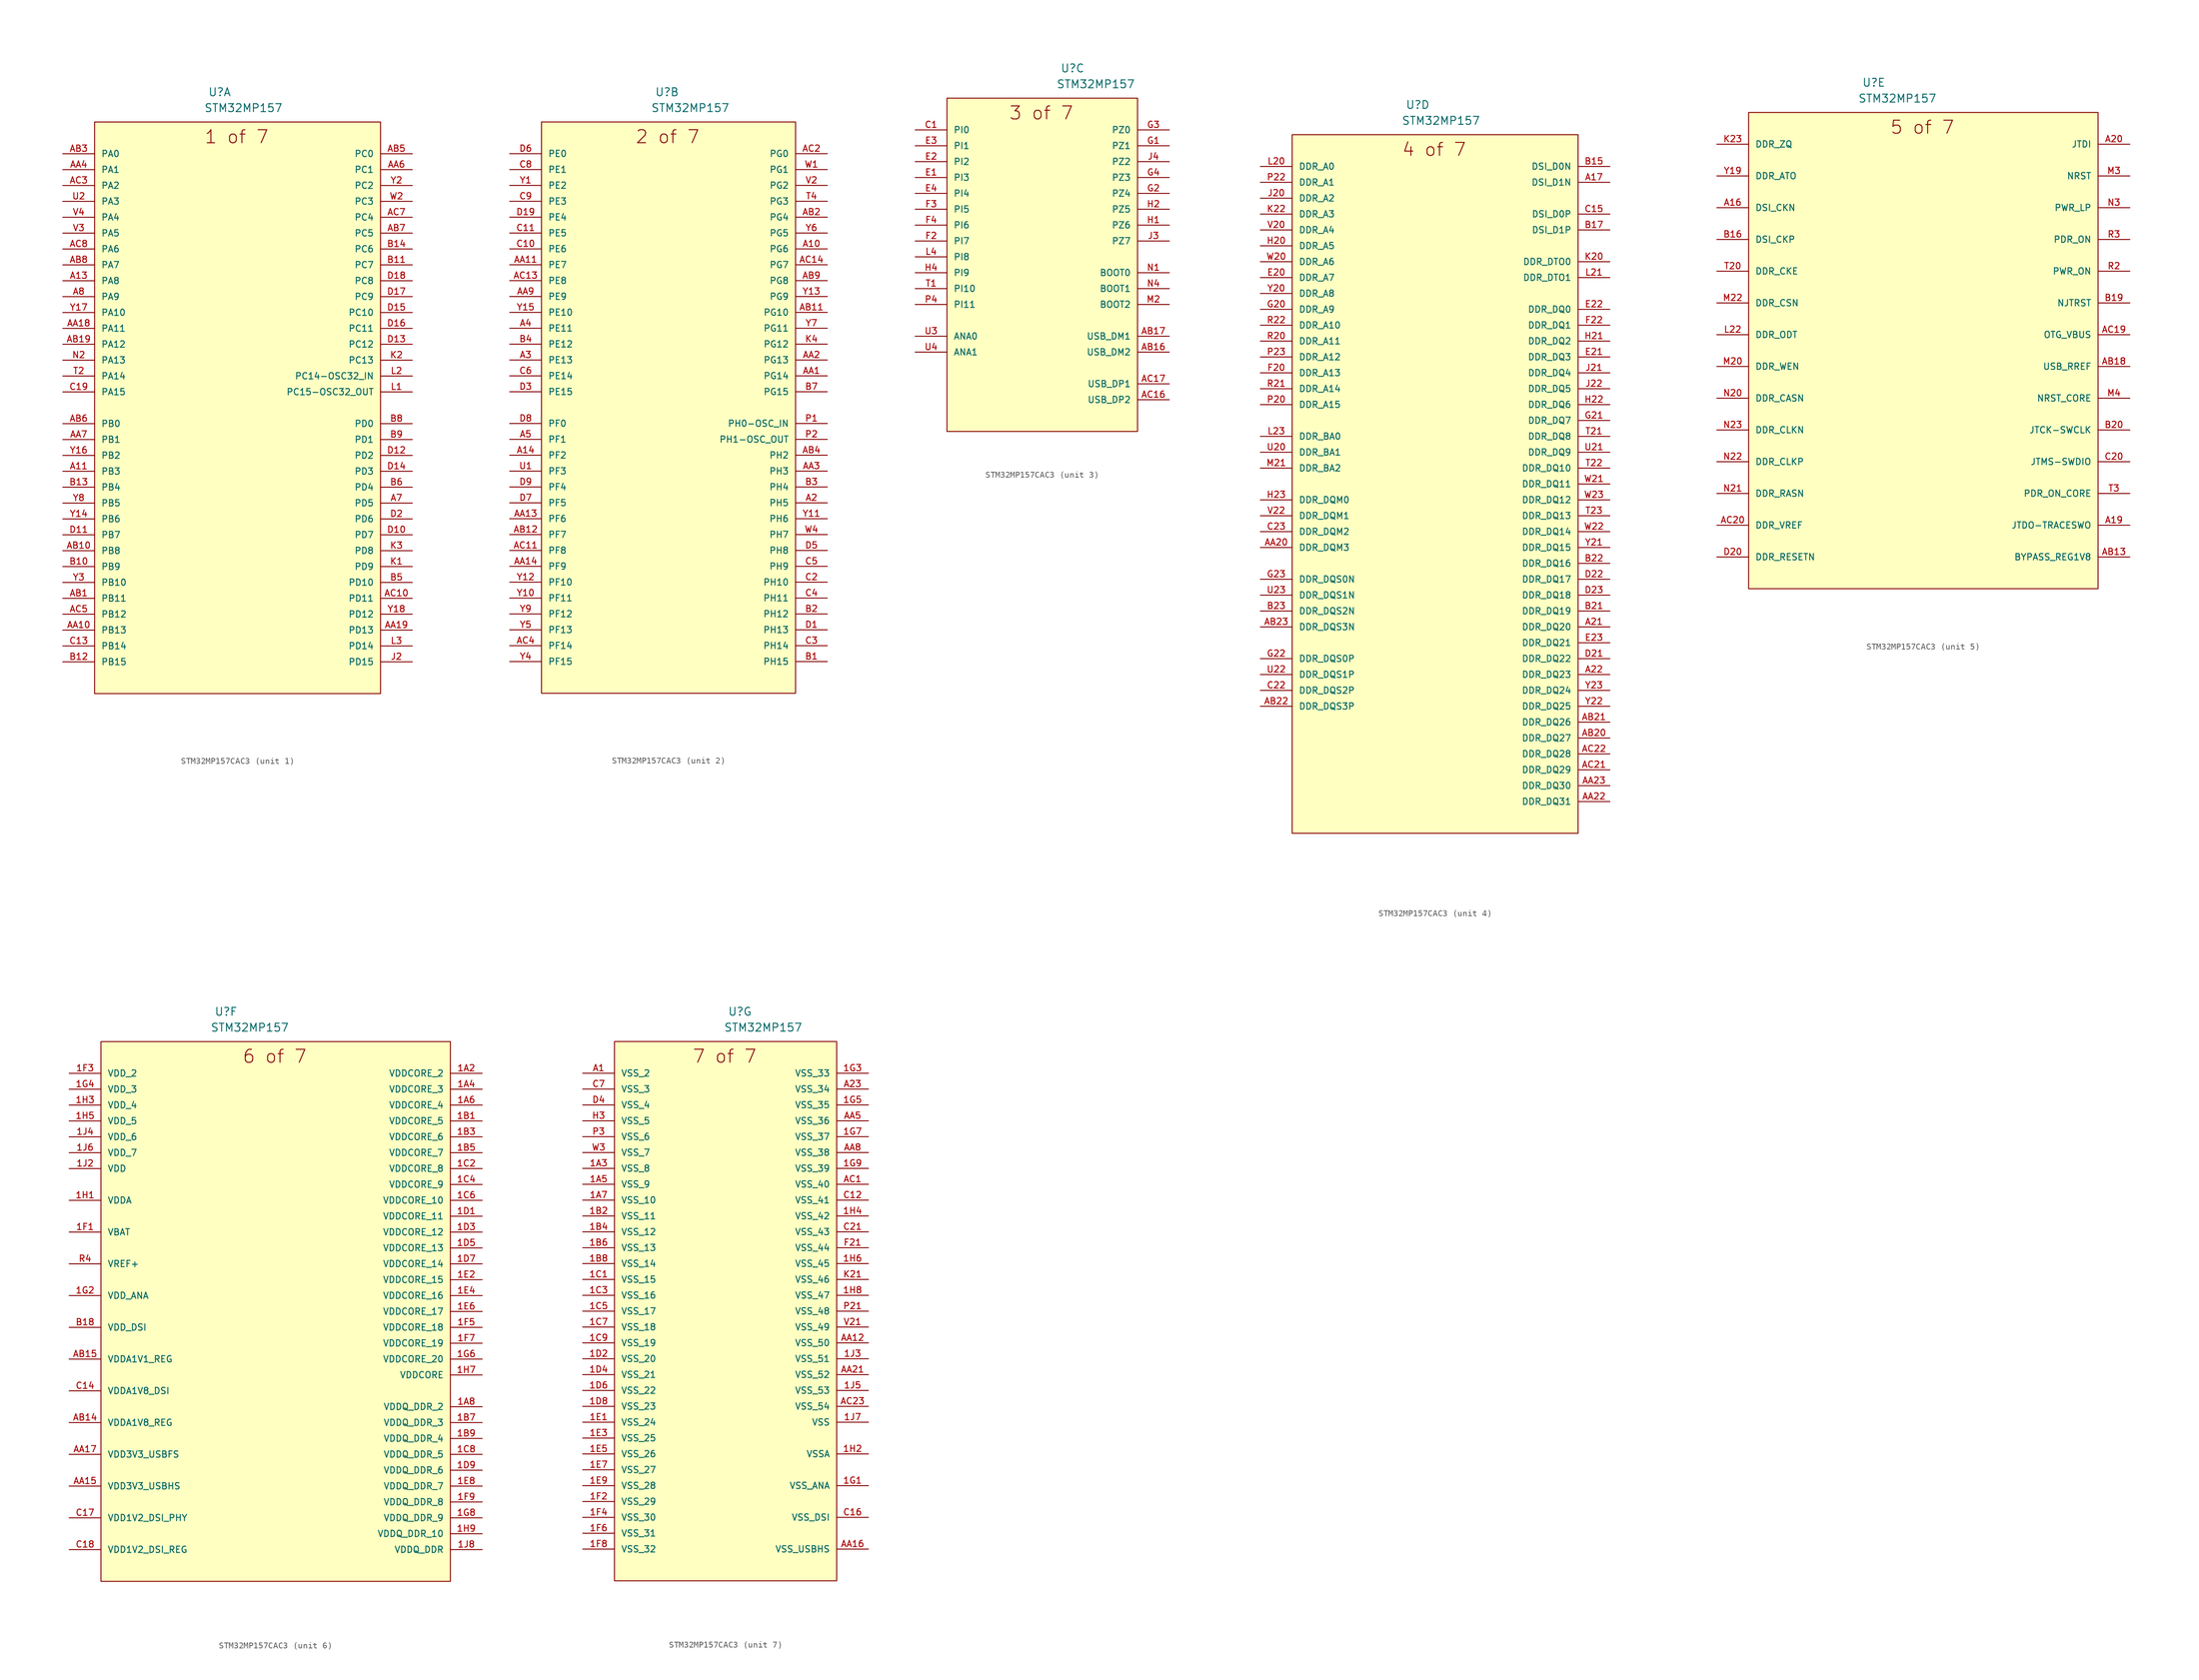
<source format=kicad_sym>
(kicad_symbol_lib
  (version 20231120)
  (generator "kicad_symbol_editor")
  (generator_version "8.0")
  (symbol "STM32MP157CAC3"
    (pin_names
      (offset 1.016))
    (property "Reference" "U"
      (at 25.756 9.119 0)
      (effects (font (size 1.27 1.27)) (justify left bottom)))
    (property "Value" "STM32MP157"
      (at 25.121 6.579 0)
      (effects (font (size 1.27 1.27)) (justify left bottom)))
    (symbol "STM32MP157CAC3_1_0"
      (rectangle (start 7.62 5.08) (end 53.34 -86.36) (stroke (width 0.152) (type default)) (fill (type background)))
      (text "1 of 7" (at 25.121 1.499 0) (effects (font (size 2.083 2.083)) (justify left bottom)))
      (pin bidirectional line (at 2.54 -50.8 0) (length 5.08) (name "PB3" (effects (font (size 1.016 1.016)))) (number "A11" (effects (font (size 1.016 1.016)))))
      (pin bidirectional line (at 2.54 -20.32 0) (length 5.08) (name "PA8" (effects (font (size 1.016 1.016)))) (number "A13" (effects (font (size 1.016 1.016)))))
      (pin bidirectional line (at 58.42 -55.88 180) (length 5.08) (name "PD5" (effects (font (size 1.016 1.016)))) (number "A7" (effects (font (size 1.016 1.016)))))
      (pin bidirectional line (at 2.54 -22.86 0) (length 5.08) (name "PA9" (effects (font (size 1.016 1.016)))) (number "A8" (effects (font (size 1.016 1.016)))))
      (pin bidirectional line (at 2.54 -76.2 0) (length 5.08) (name "PB13" (effects (font (size 1.016 1.016)))) (number "AA10" (effects (font (size 1.016 1.016)))))
      (pin bidirectional line (at 2.54 -27.94 0) (length 5.08) (name "PA11" (effects (font (size 1.016 1.016)))) (number "AA18" (effects (font (size 1.016 1.016)))))
      (pin bidirectional line (at 58.42 -76.2 180) (length 5.08) (name "PD13" (effects (font (size 1.016 1.016)))) (number "AA19" (effects (font (size 1.016 1.016)))))
      (pin bidirectional line (at 2.54 -2.54 0) (length 5.08) (name "PA1" (effects (font (size 1.016 1.016)))) (number "AA4" (effects (font (size 1.016 1.016)))))
      (pin bidirectional line (at 58.42 -2.54 180) (length 5.08) (name "PC1" (effects (font (size 1.016 1.016)))) (number "AA6" (effects (font (size 1.016 1.016)))))
      (pin bidirectional line (at 2.54 -45.72 0) (length 5.08) (name "PB1" (effects (font (size 1.016 1.016)))) (number "AA7" (effects (font (size 1.016 1.016)))))
      (pin bidirectional line (at 2.54 -71.12 0) (length 5.08) (name "PB11" (effects (font (size 1.016 1.016)))) (number "AB1" (effects (font (size 1.016 1.016)))))
      (pin bidirectional line (at 2.54 -63.5 0) (length 5.08) (name "PB8" (effects (font (size 1.016 1.016)))) (number "AB10" (effects (font (size 1.016 1.016)))))
      (pin bidirectional line (at 2.54 -30.48 0) (length 5.08) (name "PA12" (effects (font (size 1.016 1.016)))) (number "AB19" (effects (font (size 1.016 1.016)))))
      (pin bidirectional line (at 2.54 0 0) (length 5.08) (name "PA0" (effects (font (size 1.016 1.016)))) (number "AB3" (effects (font (size 1.016 1.016)))))
      (pin bidirectional line (at 58.42 0 180) (length 5.08) (name "PC0" (effects (font (size 1.016 1.016)))) (number "AB5" (effects (font (size 1.016 1.016)))))
      (pin bidirectional line (at 2.54 -43.18 0) (length 5.08) (name "PB0" (effects (font (size 1.016 1.016)))) (number "AB6" (effects (font (size 1.016 1.016)))))
      (pin bidirectional line (at 58.42 -12.7 180) (length 5.08) (name "PC5" (effects (font (size 1.016 1.016)))) (number "AB7" (effects (font (size 1.016 1.016)))))
      (pin bidirectional line (at 2.54 -17.78 0) (length 5.08) (name "PA7" (effects (font (size 1.016 1.016)))) (number "AB8" (effects (font (size 1.016 1.016)))))
      (pin bidirectional line (at 58.42 -71.12 180) (length 5.08) (name "PD11" (effects (font (size 1.016 1.016)))) (number "AC10" (effects (font (size 1.016 1.016)))))
      (pin bidirectional line (at 2.54 -5.08 0) (length 5.08) (name "PA2" (effects (font (size 1.016 1.016)))) (number "AC3" (effects (font (size 1.016 1.016)))))
      (pin bidirectional line (at 2.54 -73.66 0) (length 5.08) (name "PB12" (effects (font (size 1.016 1.016)))) (number "AC5" (effects (font (size 1.016 1.016)))))
      (pin bidirectional line (at 58.42 -10.16 180) (length 5.08) (name "PC4" (effects (font (size 1.016 1.016)))) (number "AC7" (effects (font (size 1.016 1.016)))))
      (pin bidirectional line (at 2.54 -15.24 0) (length 5.08) (name "PA6" (effects (font (size 1.016 1.016)))) (number "AC8" (effects (font (size 1.016 1.016)))))
      (pin bidirectional line (at 2.54 -66.04 0) (length 5.08) (name "PB9" (effects (font (size 1.016 1.016)))) (number "B10" (effects (font (size 1.016 1.016)))))
      (pin bidirectional line (at 58.42 -17.78 180) (length 5.08) (name "PC7" (effects (font (size 1.016 1.016)))) (number "B11" (effects (font (size 1.016 1.016)))))
      (pin bidirectional line (at 2.54 -81.28 0) (length 5.08) (name "PB15" (effects (font (size 1.016 1.016)))) (number "B12" (effects (font (size 1.016 1.016)))))
      (pin bidirectional line (at 2.54 -53.34 0) (length 5.08) (name "PB4" (effects (font (size 1.016 1.016)))) (number "B13" (effects (font (size 1.016 1.016)))))
      (pin bidirectional line (at 58.42 -15.24 180) (length 5.08) (name "PC6" (effects (font (size 1.016 1.016)))) (number "B14" (effects (font (size 1.016 1.016)))))
      (pin bidirectional line (at 58.42 -68.58 180) (length 5.08) (name "PD10" (effects (font (size 1.016 1.016)))) (number "B5" (effects (font (size 1.016 1.016)))))
      (pin bidirectional line (at 58.42 -53.34 180) (length 5.08) (name "PD4" (effects (font (size 1.016 1.016)))) (number "B6" (effects (font (size 1.016 1.016)))))
      (pin bidirectional line (at 58.42 -43.18 180) (length 5.08) (name "PD0" (effects (font (size 1.016 1.016)))) (number "B8" (effects (font (size 1.016 1.016)))))
      (pin bidirectional line (at 58.42 -45.72 180) (length 5.08) (name "PD1" (effects (font (size 1.016 1.016)))) (number "B9" (effects (font (size 1.016 1.016)))))
      (pin bidirectional line (at 2.54 -78.74 0) (length 5.08) (name "PB14" (effects (font (size 1.016 1.016)))) (number "C13" (effects (font (size 1.016 1.016)))))
      (pin bidirectional line (at 2.54 -38.1 0) (length 5.08) (name "PA15" (effects (font (size 1.016 1.016)))) (number "C19" (effects (font (size 1.016 1.016)))))
      (pin bidirectional line (at 58.42 -60.96 180) (length 5.08) (name "PD7" (effects (font (size 1.016 1.016)))) (number "D10" (effects (font (size 1.016 1.016)))))
      (pin bidirectional line (at 2.54 -60.96 0) (length 5.08) (name "PB7" (effects (font (size 1.016 1.016)))) (number "D11" (effects (font (size 1.016 1.016)))))
      (pin bidirectional line (at 58.42 -48.26 180) (length 5.08) (name "PD2" (effects (font (size 1.016 1.016)))) (number "D12" (effects (font (size 1.016 1.016)))))
      (pin bidirectional line (at 58.42 -30.48 180) (length 5.08) (name "PC12" (effects (font (size 1.016 1.016)))) (number "D13" (effects (font (size 1.016 1.016)))))
      (pin bidirectional line (at 58.42 -50.8 180) (length 5.08) (name "PD3" (effects (font (size 1.016 1.016)))) (number "D14" (effects (font (size 1.016 1.016)))))
      (pin bidirectional line (at 58.42 -25.4 180) (length 5.08) (name "PC10" (effects (font (size 1.016 1.016)))) (number "D15" (effects (font (size 1.016 1.016)))))
      (pin bidirectional line (at 58.42 -27.94 180) (length 5.08) (name "PC11" (effects (font (size 1.016 1.016)))) (number "D16" (effects (font (size 1.016 1.016)))))
      (pin bidirectional line (at 58.42 -22.86 180) (length 5.08) (name "PC9" (effects (font (size 1.016 1.016)))) (number "D17" (effects (font (size 1.016 1.016)))))
      (pin bidirectional line (at 58.42 -20.32 180) (length 5.08) (name "PC8" (effects (font (size 1.016 1.016)))) (number "D18" (effects (font (size 1.016 1.016)))))
      (pin bidirectional line (at 58.42 -58.42 180) (length 5.08) (name "PD6" (effects (font (size 1.016 1.016)))) (number "D2" (effects (font (size 1.016 1.016)))))
      (pin bidirectional line (at 58.42 -81.28 180) (length 5.08) (name "PD15" (effects (font (size 1.016 1.016)))) (number "J2" (effects (font (size 1.016 1.016)))))
      (pin bidirectional line (at 58.42 -66.04 180) (length 5.08) (name "PD9" (effects (font (size 1.016 1.016)))) (number "K1" (effects (font (size 1.016 1.016)))))
      (pin bidirectional line (at 58.42 -33.02 180) (length 5.08) (name "PC13" (effects (font (size 1.016 1.016)))) (number "K2" (effects (font (size 1.016 1.016)))))
      (pin bidirectional line (at 58.42 -63.5 180) (length 5.08) (name "PD8" (effects (font (size 1.016 1.016)))) (number "K3" (effects (font (size 1.016 1.016)))))
      (pin bidirectional line (at 58.42 -38.1 180) (length 5.08) (name "PC15-OSC32_OUT" (effects (font (size 1.016 1.016)))) (number "L1" (effects (font (size 1.016 1.016)))))
      (pin bidirectional line (at 58.42 -35.56 180) (length 5.08) (name "PC14-OSC32_IN" (effects (font (size 1.016 1.016)))) (number "L2" (effects (font (size 1.016 1.016)))))
      (pin bidirectional line (at 58.42 -78.74 180) (length 5.08) (name "PD14" (effects (font (size 1.016 1.016)))) (number "L3" (effects (font (size 1.016 1.016)))))
      (pin bidirectional line (at 2.54 -33.02 0) (length 5.08) (name "PA13" (effects (font (size 1.016 1.016)))) (number "N2" (effects (font (size 1.016 1.016)))))
      (pin bidirectional line (at 2.54 -35.56 0) (length 5.08) (name "PA14" (effects (font (size 1.016 1.016)))) (number "T2" (effects (font (size 1.016 1.016)))))
      (pin bidirectional line (at 2.54 -7.62 0) (length 5.08) (name "PA3" (effects (font (size 1.016 1.016)))) (number "U2" (effects (font (size 1.016 1.016)))))
      (pin bidirectional line (at 2.54 -12.7 0) (length 5.08) (name "PA5" (effects (font (size 1.016 1.016)))) (number "V3" (effects (font (size 1.016 1.016)))))
      (pin bidirectional line (at 2.54 -10.16 0) (length 5.08) (name "PA4" (effects (font (size 1.016 1.016)))) (number "V4" (effects (font (size 1.016 1.016)))))
      (pin bidirectional line (at 58.42 -7.62 180) (length 5.08) (name "PC3" (effects (font (size 1.016 1.016)))) (number "W2" (effects (font (size 1.016 1.016)))))
      (pin bidirectional line (at 2.54 -58.42 0) (length 5.08) (name "PB6" (effects (font (size 1.016 1.016)))) (number "Y14" (effects (font (size 1.016 1.016)))))
      (pin bidirectional line (at 2.54 -48.26 0) (length 5.08) (name "PB2" (effects (font (size 1.016 1.016)))) (number "Y16" (effects (font (size 1.016 1.016)))))
      (pin bidirectional line (at 2.54 -25.4 0) (length 5.08) (name "PA10" (effects (font (size 1.016 1.016)))) (number "Y17" (effects (font (size 1.016 1.016)))))
      (pin bidirectional line (at 58.42 -73.66 180) (length 5.08) (name "PD12" (effects (font (size 1.016 1.016)))) (number "Y18" (effects (font (size 1.016 1.016)))))
      (pin bidirectional line (at 58.42 -5.08 180) (length 5.08) (name "PC2" (effects (font (size 1.016 1.016)))) (number "Y2" (effects (font (size 1.016 1.016)))))
      (pin bidirectional line (at 2.54 -68.58 0) (length 5.08) (name "PB10" (effects (font (size 1.016 1.016)))) (number "Y3" (effects (font (size 1.016 1.016)))))
      (pin bidirectional line (at 2.54 -55.88 0) (length 5.08) (name "PB5" (effects (font (size 1.016 1.016)))) (number "Y8" (effects (font (size 1.016 1.016))))))
    (symbol "STM32MP157CAC3_2_0"
      (rectangle (start 7.62 -86.36) (end 48.26 5.08) (stroke (width 0.152) (type default)) (fill (type background)))
      (text "2 of 7" (at 22.581 1.499 0) (effects (font (size 2.083 2.083)) (justify left bottom)))
      (pin bidirectional line (at 53.34 -15.24 180) (length 5.08) (name "PG6" (effects (font (size 1.016 1.016)))) (number "A10" (effects (font (size 1.016 1.016)))))
      (pin bidirectional line (at 2.54 -48.26 0) (length 5.08) (name "PF2" (effects (font (size 1.016 1.016)))) (number "A14" (effects (font (size 1.016 1.016)))))
      (pin bidirectional line (at 53.34 -55.88 180) (length 5.08) (name "PH5" (effects (font (size 1.016 1.016)))) (number "A2" (effects (font (size 1.016 1.016)))))
      (pin bidirectional line (at 2.54 -33.02 0) (length 5.08) (name "PE13" (effects (font (size 1.016 1.016)))) (number "A3" (effects (font (size 1.016 1.016)))))
      (pin bidirectional line (at 2.54 -27.94 0) (length 5.08) (name "PE11" (effects (font (size 1.016 1.016)))) (number "A4" (effects (font (size 1.016 1.016)))))
      (pin bidirectional line (at 2.54 -45.72 0) (length 5.08) (name "PF1" (effects (font (size 1.016 1.016)))) (number "A5" (effects (font (size 1.016 1.016)))))
      (pin bidirectional line (at 53.34 -35.56 180) (length 5.08) (name "PG14" (effects (font (size 1.016 1.016)))) (number "AA1" (effects (font (size 1.016 1.016)))))
      (pin bidirectional line (at 2.54 -17.78 0) (length 5.08) (name "PE7" (effects (font (size 1.016 1.016)))) (number "AA11" (effects (font (size 1.016 1.016)))))
      (pin bidirectional line (at 2.54 -58.42 0) (length 5.08) (name "PF6" (effects (font (size 1.016 1.016)))) (number "AA13" (effects (font (size 1.016 1.016)))))
      (pin bidirectional line (at 2.54 -66.04 0) (length 5.08) (name "PF9" (effects (font (size 1.016 1.016)))) (number "AA14" (effects (font (size 1.016 1.016)))))
      (pin bidirectional line (at 53.34 -33.02 180) (length 5.08) (name "PG13" (effects (font (size 1.016 1.016)))) (number "AA2" (effects (font (size 1.016 1.016)))))
      (pin bidirectional line (at 53.34 -50.8 180) (length 5.08) (name "PH3" (effects (font (size 1.016 1.016)))) (number "AA3" (effects (font (size 1.016 1.016)))))
      (pin bidirectional line (at 2.54 -22.86 0) (length 5.08) (name "PE9" (effects (font (size 1.016 1.016)))) (number "AA9" (effects (font (size 1.016 1.016)))))
      (pin bidirectional line (at 53.34 -25.4 180) (length 5.08) (name "PG10" (effects (font (size 1.016 1.016)))) (number "AB11" (effects (font (size 1.016 1.016)))))
      (pin bidirectional line (at 2.54 -60.96 0) (length 5.08) (name "PF7" (effects (font (size 1.016 1.016)))) (number "AB12" (effects (font (size 1.016 1.016)))))
      (pin bidirectional line (at 53.34 -10.16 180) (length 5.08) (name "PG4" (effects (font (size 1.016 1.016)))) (number "AB2" (effects (font (size 1.016 1.016)))))
      (pin bidirectional line (at 53.34 -48.26 180) (length 5.08) (name "PH2" (effects (font (size 1.016 1.016)))) (number "AB4" (effects (font (size 1.016 1.016)))))
      (pin bidirectional line (at 53.34 -20.32 180) (length 5.08) (name "PG8" (effects (font (size 1.016 1.016)))) (number "AB9" (effects (font (size 1.016 1.016)))))
      (pin bidirectional line (at 2.54 -63.5 0) (length 5.08) (name "PF8" (effects (font (size 1.016 1.016)))) (number "AC11" (effects (font (size 1.016 1.016)))))
      (pin bidirectional line (at 2.54 -20.32 0) (length 5.08) (name "PE8" (effects (font (size 1.016 1.016)))) (number "AC13" (effects (font (size 1.016 1.016)))))
      (pin bidirectional line (at 53.34 -17.78 180) (length 5.08) (name "PG7" (effects (font (size 1.016 1.016)))) (number "AC14" (effects (font (size 1.016 1.016)))))
      (pin bidirectional line (at 53.34 0 180) (length 5.08) (name "PG0" (effects (font (size 1.016 1.016)))) (number "AC2" (effects (font (size 1.016 1.016)))))
      (pin bidirectional line (at 2.54 -78.74 0) (length 5.08) (name "PF14" (effects (font (size 1.016 1.016)))) (number "AC4" (effects (font (size 1.016 1.016)))))
      (pin bidirectional line (at 53.34 -81.28 180) (length 5.08) (name "PH15" (effects (font (size 1.016 1.016)))) (number "B1" (effects (font (size 1.016 1.016)))))
      (pin bidirectional line (at 53.34 -73.66 180) (length 5.08) (name "PH12" (effects (font (size 1.016 1.016)))) (number "B2" (effects (font (size 1.016 1.016)))))
      (pin bidirectional line (at 53.34 -53.34 180) (length 5.08) (name "PH4" (effects (font (size 1.016 1.016)))) (number "B3" (effects (font (size 1.016 1.016)))))
      (pin bidirectional line (at 2.54 -30.48 0) (length 5.08) (name "PE12" (effects (font (size 1.016 1.016)))) (number "B4" (effects (font (size 1.016 1.016)))))
      (pin bidirectional line (at 53.34 -38.1 180) (length 5.08) (name "PG15" (effects (font (size 1.016 1.016)))) (number "B7" (effects (font (size 1.016 1.016)))))
      (pin bidirectional line (at 2.54 -15.24 0) (length 5.08) (name "PE6" (effects (font (size 1.016 1.016)))) (number "C10" (effects (font (size 1.016 1.016)))))
      (pin bidirectional line (at 2.54 -12.7 0) (length 5.08) (name "PE5" (effects (font (size 1.016 1.016)))) (number "C11" (effects (font (size 1.016 1.016)))))
      (pin bidirectional line (at 53.34 -68.58 180) (length 5.08) (name "PH10" (effects (font (size 1.016 1.016)))) (number "C2" (effects (font (size 1.016 1.016)))))
      (pin bidirectional line (at 53.34 -78.74 180) (length 5.08) (name "PH14" (effects (font (size 1.016 1.016)))) (number "C3" (effects (font (size 1.016 1.016)))))
      (pin bidirectional line (at 53.34 -71.12 180) (length 5.08) (name "PH11" (effects (font (size 1.016 1.016)))) (number "C4" (effects (font (size 1.016 1.016)))))
      (pin bidirectional line (at 53.34 -66.04 180) (length 5.08) (name "PH9" (effects (font (size 1.016 1.016)))) (number "C5" (effects (font (size 1.016 1.016)))))
      (pin bidirectional line (at 2.54 -35.56 0) (length 5.08) (name "PE14" (effects (font (size 1.016 1.016)))) (number "C6" (effects (font (size 1.016 1.016)))))
      (pin bidirectional line (at 2.54 -2.54 0) (length 5.08) (name "PE1" (effects (font (size 1.016 1.016)))) (number "C8" (effects (font (size 1.016 1.016)))))
      (pin bidirectional line (at 2.54 -7.62 0) (length 5.08) (name "PE3" (effects (font (size 1.016 1.016)))) (number "C9" (effects (font (size 1.016 1.016)))))
      (pin bidirectional line (at 53.34 -76.2 180) (length 5.08) (name "PH13" (effects (font (size 1.016 1.016)))) (number "D1" (effects (font (size 1.016 1.016)))))
      (pin bidirectional line (at 2.54 -10.16 0) (length 5.08) (name "PE4" (effects (font (size 1.016 1.016)))) (number "D19" (effects (font (size 1.016 1.016)))))
      (pin bidirectional line (at 2.54 -38.1 0) (length 5.08) (name "PE15" (effects (font (size 1.016 1.016)))) (number "D3" (effects (font (size 1.016 1.016)))))
      (pin bidirectional line (at 53.34 -63.5 180) (length 5.08) (name "PH8" (effects (font (size 1.016 1.016)))) (number "D5" (effects (font (size 1.016 1.016)))))
      (pin bidirectional line (at 2.54 0 0) (length 5.08) (name "PE0" (effects (font (size 1.016 1.016)))) (number "D6" (effects (font (size 1.016 1.016)))))
      (pin bidirectional line (at 2.54 -55.88 0) (length 5.08) (name "PF5" (effects (font (size 1.016 1.016)))) (number "D7" (effects (font (size 1.016 1.016)))))
      (pin bidirectional line (at 2.54 -43.18 0) (length 5.08) (name "PF0" (effects (font (size 1.016 1.016)))) (number "D8" (effects (font (size 1.016 1.016)))))
      (pin bidirectional line (at 2.54 -53.34 0) (length 5.08) (name "PF4" (effects (font (size 1.016 1.016)))) (number "D9" (effects (font (size 1.016 1.016)))))
      (pin bidirectional line (at 53.34 -30.48 180) (length 5.08) (name "PG12" (effects (font (size 1.016 1.016)))) (number "K4" (effects (font (size 1.016 1.016)))))
      (pin bidirectional line (at 53.34 -43.18 180) (length 5.08) (name "PH0-OSC_IN" (effects (font (size 1.016 1.016)))) (number "P1" (effects (font (size 1.016 1.016)))))
      (pin bidirectional line (at 53.34 -45.72 180) (length 5.08) (name "PH1-OSC_OUT" (effects (font (size 1.016 1.016)))) (number "P2" (effects (font (size 1.016 1.016)))))
      (pin bidirectional line (at 53.34 -7.62 180) (length 5.08) (name "PG3" (effects (font (size 1.016 1.016)))) (number "T4" (effects (font (size 1.016 1.016)))))
      (pin bidirectional line (at 2.54 -50.8 0) (length 5.08) (name "PF3" (effects (font (size 1.016 1.016)))) (number "U1" (effects (font (size 1.016 1.016)))))
      (pin bidirectional line (at 53.34 -5.08 180) (length 5.08) (name "PG2" (effects (font (size 1.016 1.016)))) (number "V2" (effects (font (size 1.016 1.016)))))
      (pin bidirectional line (at 53.34 -2.54 180) (length 5.08) (name "PG1" (effects (font (size 1.016 1.016)))) (number "W1" (effects (font (size 1.016 1.016)))))
      (pin bidirectional line (at 53.34 -60.96 180) (length 5.08) (name "PH7" (effects (font (size 1.016 1.016)))) (number "W4" (effects (font (size 1.016 1.016)))))
      (pin bidirectional line (at 2.54 -5.08 0) (length 5.08) (name "PE2" (effects (font (size 1.016 1.016)))) (number "Y1" (effects (font (size 1.016 1.016)))))
      (pin bidirectional line (at 2.54 -71.12 0) (length 5.08) (name "PF11" (effects (font (size 1.016 1.016)))) (number "Y10" (effects (font (size 1.016 1.016)))))
      (pin bidirectional line (at 53.34 -58.42 180) (length 5.08) (name "PH6" (effects (font (size 1.016 1.016)))) (number "Y11" (effects (font (size 1.016 1.016)))))
      (pin bidirectional line (at 2.54 -68.58 0) (length 5.08) (name "PF10" (effects (font (size 1.016 1.016)))) (number "Y12" (effects (font (size 1.016 1.016)))))
      (pin bidirectional line (at 53.34 -22.86 180) (length 5.08) (name "PG9" (effects (font (size 1.016 1.016)))) (number "Y13" (effects (font (size 1.016 1.016)))))
      (pin bidirectional line (at 2.54 -25.4 0) (length 5.08) (name "PE10" (effects (font (size 1.016 1.016)))) (number "Y15" (effects (font (size 1.016 1.016)))))
      (pin bidirectional line (at 2.54 -81.28 0) (length 5.08) (name "PF15" (effects (font (size 1.016 1.016)))) (number "Y4" (effects (font (size 1.016 1.016)))))
      (pin bidirectional line (at 2.54 -76.2 0) (length 5.08) (name "PF13" (effects (font (size 1.016 1.016)))) (number "Y5" (effects (font (size 1.016 1.016)))))
      (pin bidirectional line (at 53.34 -12.7 180) (length 5.08) (name "PG5" (effects (font (size 1.016 1.016)))) (number "Y6" (effects (font (size 1.016 1.016)))))
      (pin bidirectional line (at 53.34 -27.94 180) (length 5.08) (name "PG11" (effects (font (size 1.016 1.016)))) (number "Y7" (effects (font (size 1.016 1.016)))))
      (pin bidirectional line (at 2.54 -73.66 0) (length 5.08) (name "PF12" (effects (font (size 1.016 1.016)))) (number "Y9" (effects (font (size 1.016 1.016))))))
    (symbol "STM32MP157CAC3_3_0"
      (rectangle (start 7.62 -48.26) (end 38.1 5.08) (stroke (width 0.152) (type default)) (fill (type background)))
      (text "3 of 7" (at 17.501 1.499 0) (effects (font (size 2.083 2.083)) (justify left bottom)))
      (pin passive line (at 43.18 -35.56 180) (length 5.08) (name "USB_DM2" (effects (font (size 1.016 1.016)))) (number "AB16" (effects (font (size 1.016 1.016)))))
      (pin passive line (at 43.18 -33.02 180) (length 5.08) (name "USB_DM1" (effects (font (size 1.016 1.016)))) (number "AB17" (effects (font (size 1.016 1.016)))))
      (pin passive line (at 43.18 -43.18 180) (length 5.08) (name "USB_DP2" (effects (font (size 1.016 1.016)))) (number "AC16" (effects (font (size 1.016 1.016)))))
      (pin passive line (at 43.18 -40.64 180) (length 5.08) (name "USB_DP1" (effects (font (size 1.016 1.016)))) (number "AC17" (effects (font (size 1.016 1.016)))))
      (pin bidirectional line (at 2.54 0 0) (length 5.08) (name "PI0" (effects (font (size 1.016 1.016)))) (number "C1" (effects (font (size 1.016 1.016)))))
      (pin bidirectional line (at 2.54 -7.62 0) (length 5.08) (name "PI3" (effects (font (size 1.016 1.016)))) (number "E1" (effects (font (size 1.016 1.016)))))
      (pin bidirectional line (at 2.54 -5.08 0) (length 5.08) (name "PI2" (effects (font (size 1.016 1.016)))) (number "E2" (effects (font (size 1.016 1.016)))))
      (pin bidirectional line (at 2.54 -2.54 0) (length 5.08) (name "PI1" (effects (font (size 1.016 1.016)))) (number "E3" (effects (font (size 1.016 1.016)))))
      (pin bidirectional line (at 2.54 -10.16 0) (length 5.08) (name "PI4" (effects (font (size 1.016 1.016)))) (number "E4" (effects (font (size 1.016 1.016)))))
      (pin bidirectional line (at 2.54 -17.78 0) (length 5.08) (name "PI7" (effects (font (size 1.016 1.016)))) (number "F2" (effects (font (size 1.016 1.016)))))
      (pin bidirectional line (at 2.54 -12.7 0) (length 5.08) (name "PI5" (effects (font (size 1.016 1.016)))) (number "F3" (effects (font (size 1.016 1.016)))))
      (pin bidirectional line (at 2.54 -15.24 0) (length 5.08) (name "PI6" (effects (font (size 1.016 1.016)))) (number "F4" (effects (font (size 1.016 1.016)))))
      (pin bidirectional line (at 43.18 -2.54 180) (length 5.08) (name "PZ1" (effects (font (size 1.016 1.016)))) (number "G1" (effects (font (size 1.016 1.016)))))
      (pin bidirectional line (at 43.18 -10.16 180) (length 5.08) (name "PZ4" (effects (font (size 1.016 1.016)))) (number "G2" (effects (font (size 1.016 1.016)))))
      (pin bidirectional line (at 43.18 0 180) (length 5.08) (name "PZ0" (effects (font (size 1.016 1.016)))) (number "G3" (effects (font (size 1.016 1.016)))))
      (pin bidirectional line (at 43.18 -7.62 180) (length 5.08) (name "PZ3" (effects (font (size 1.016 1.016)))) (number "G4" (effects (font (size 1.016 1.016)))))
      (pin bidirectional line (at 43.18 -15.24 180) (length 5.08) (name "PZ6" (effects (font (size 1.016 1.016)))) (number "H1" (effects (font (size 1.016 1.016)))))
      (pin bidirectional line (at 43.18 -12.7 180) (length 5.08) (name "PZ5" (effects (font (size 1.016 1.016)))) (number "H2" (effects (font (size 1.016 1.016)))))
      (pin bidirectional line (at 2.54 -22.86 0) (length 5.08) (name "PI9" (effects (font (size 1.016 1.016)))) (number "H4" (effects (font (size 1.016 1.016)))))
      (pin bidirectional line (at 43.18 -17.78 180) (length 5.08) (name "PZ7" (effects (font (size 1.016 1.016)))) (number "J3" (effects (font (size 1.016 1.016)))))
      (pin bidirectional line (at 43.18 -5.08 180) (length 5.08) (name "PZ2" (effects (font (size 1.016 1.016)))) (number "J4" (effects (font (size 1.016 1.016)))))
      (pin bidirectional line (at 2.54 -20.32 0) (length 5.08) (name "PI8" (effects (font (size 1.016 1.016)))) (number "L4" (effects (font (size 1.016 1.016)))))
      (pin input line (at 43.18 -27.94 180) (length 5.08) (name "BOOT2" (effects (font (size 1.016 1.016)))) (number "M2" (effects (font (size 1.016 1.016)))))
      (pin input line (at 43.18 -22.86 180) (length 5.08) (name "BOOT0" (effects (font (size 1.016 1.016)))) (number "N1" (effects (font (size 1.016 1.016)))))
      (pin input line (at 43.18 -25.4 180) (length 5.08) (name "BOOT1" (effects (font (size 1.016 1.016)))) (number "N4" (effects (font (size 1.016 1.016)))))
      (pin bidirectional line (at 2.54 -27.94 0) (length 5.08) (name "PI11" (effects (font (size 1.016 1.016)))) (number "P4" (effects (font (size 1.016 1.016)))))
      (pin bidirectional line (at 2.54 -25.4 0) (length 5.08) (name "PI10" (effects (font (size 1.016 1.016)))) (number "T1" (effects (font (size 1.016 1.016)))))
      (pin passive line (at 2.54 -33.02 0) (length 5.08) (name "ANA0" (effects (font (size 1.016 1.016)))) (number "U3" (effects (font (size 1.016 1.016)))))
      (pin passive line (at 2.54 -35.56 0) (length 5.08) (name "ANA1" (effects (font (size 1.016 1.016)))) (number "U4" (effects (font (size 1.016 1.016))))))
    (symbol "STM32MP157CAC3_4_0"
      (rectangle (start 7.62 -106.68) (end 53.34 5.08) (stroke (width 0.152) (type default)) (fill (type background)))
      (text "4 of 7" (at 25.121 1.499 0) (effects (font (size 2.083 2.083)) (justify left bottom)))
      (pin passive line (at 58.42 -2.54 180) (length 5.08) (name "DSI_D1N" (effects (font (size 1.016 1.016)))) (number "A17" (effects (font (size 1.016 1.016)))))
      (pin bidirectional line (at 58.42 -73.66 180) (length 5.08) (name "DDR_DQ20" (effects (font (size 1.016 1.016)))) (number "A21" (effects (font (size 1.016 1.016)))))
      (pin bidirectional line (at 58.42 -81.28 180) (length 5.08) (name "DDR_DQ23" (effects (font (size 1.016 1.016)))) (number "A22" (effects (font (size 1.016 1.016)))))
      (pin output line (at 2.54 -60.96 0) (length 5.08) (name "DDR_DQM3" (effects (font (size 1.016 1.016)))) (number "AA20" (effects (font (size 1.016 1.016)))))
      (pin bidirectional line (at 58.42 -101.6 180) (length 5.08) (name "DDR_DQ31" (effects (font (size 1.016 1.016)))) (number "AA22" (effects (font (size 1.016 1.016)))))
      (pin bidirectional line (at 58.42 -99.06 180) (length 5.08) (name "DDR_DQ30" (effects (font (size 1.016 1.016)))) (number "AA23" (effects (font (size 1.016 1.016)))))
      (pin bidirectional line (at 58.42 -91.44 180) (length 5.08) (name "DDR_DQ27" (effects (font (size 1.016 1.016)))) (number "AB20" (effects (font (size 1.016 1.016)))))
      (pin bidirectional line (at 58.42 -88.9 180) (length 5.08) (name "DDR_DQ26" (effects (font (size 1.016 1.016)))) (number "AB21" (effects (font (size 1.016 1.016)))))
      (pin bidirectional line (at 2.54 -86.36 0) (length 5.08) (name "DDR_DQS3P" (effects (font (size 1.016 1.016)))) (number "AB22" (effects (font (size 1.016 1.016)))))
      (pin bidirectional line (at 2.54 -73.66 0) (length 5.08) (name "DDR_DQS3N" (effects (font (size 1.016 1.016)))) (number "AB23" (effects (font (size 1.016 1.016)))))
      (pin bidirectional line (at 58.42 -96.52 180) (length 5.08) (name "DDR_DQ29" (effects (font (size 1.016 1.016)))) (number "AC21" (effects (font (size 1.016 1.016)))))
      (pin bidirectional line (at 58.42 -93.98 180) (length 5.08) (name "DDR_DQ28" (effects (font (size 1.016 1.016)))) (number "AC22" (effects (font (size 1.016 1.016)))))
      (pin passive line (at 58.42 0 180) (length 5.08) (name "DSI_D0N" (effects (font (size 1.016 1.016)))) (number "B15" (effects (font (size 1.016 1.016)))))
      (pin passive line (at 58.42 -10.16 180) (length 5.08) (name "DSI_D1P" (effects (font (size 1.016 1.016)))) (number "B17" (effects (font (size 1.016 1.016)))))
      (pin bidirectional line (at 58.42 -71.12 180) (length 5.08) (name "DDR_DQ19" (effects (font (size 1.016 1.016)))) (number "B21" (effects (font (size 1.016 1.016)))))
      (pin bidirectional line (at 58.42 -63.5 180) (length 5.08) (name "DDR_DQ16" (effects (font (size 1.016 1.016)))) (number "B22" (effects (font (size 1.016 1.016)))))
      (pin bidirectional line (at 2.54 -71.12 0) (length 5.08) (name "DDR_DQS2N" (effects (font (size 1.016 1.016)))) (number "B23" (effects (font (size 1.016 1.016)))))
      (pin passive line (at 58.42 -7.62 180) (length 5.08) (name "DSI_D0P" (effects (font (size 1.016 1.016)))) (number "C15" (effects (font (size 1.016 1.016)))))
      (pin bidirectional line (at 2.54 -83.82 0) (length 5.08) (name "DDR_DQS2P" (effects (font (size 1.016 1.016)))) (number "C22" (effects (font (size 1.016 1.016)))))
      (pin output line (at 2.54 -58.42 0) (length 5.08) (name "DDR_DQM2" (effects (font (size 1.016 1.016)))) (number "C23" (effects (font (size 1.016 1.016)))))
      (pin bidirectional line (at 58.42 -78.74 180) (length 5.08) (name "DDR_DQ22" (effects (font (size 1.016 1.016)))) (number "D21" (effects (font (size 1.016 1.016)))))
      (pin bidirectional line (at 58.42 -66.04 180) (length 5.08) (name "DDR_DQ17" (effects (font (size 1.016 1.016)))) (number "D22" (effects (font (size 1.016 1.016)))))
      (pin bidirectional line (at 58.42 -68.58 180) (length 5.08) (name "DDR_DQ18" (effects (font (size 1.016 1.016)))) (number "D23" (effects (font (size 1.016 1.016)))))
      (pin output line (at 2.54 -17.78 0) (length 5.08) (name "DDR_A7" (effects (font (size 1.016 1.016)))) (number "E20" (effects (font (size 1.016 1.016)))))
      (pin bidirectional line (at 58.42 -30.48 180) (length 5.08) (name "DDR_DQ3" (effects (font (size 1.016 1.016)))) (number "E21" (effects (font (size 1.016 1.016)))))
      (pin bidirectional line (at 58.42 -22.86 180) (length 5.08) (name "DDR_DQ0" (effects (font (size 1.016 1.016)))) (number "E22" (effects (font (size 1.016 1.016)))))
      (pin bidirectional line (at 58.42 -76.2 180) (length 5.08) (name "DDR_DQ21" (effects (font (size 1.016 1.016)))) (number "E23" (effects (font (size 1.016 1.016)))))
      (pin output line (at 2.54 -33.02 0) (length 5.08) (name "DDR_A13" (effects (font (size 1.016 1.016)))) (number "F20" (effects (font (size 1.016 1.016)))))
      (pin bidirectional line (at 58.42 -25.4 180) (length 5.08) (name "DDR_DQ1" (effects (font (size 1.016 1.016)))) (number "F22" (effects (font (size 1.016 1.016)))))
      (pin output line (at 2.54 -22.86 0) (length 5.08) (name "DDR_A9" (effects (font (size 1.016 1.016)))) (number "G20" (effects (font (size 1.016 1.016)))))
      (pin bidirectional line (at 58.42 -40.64 180) (length 5.08) (name "DDR_DQ7" (effects (font (size 1.016 1.016)))) (number "G21" (effects (font (size 1.016 1.016)))))
      (pin bidirectional line (at 2.54 -78.74 0) (length 5.08) (name "DDR_DQS0P" (effects (font (size 1.016 1.016)))) (number "G22" (effects (font (size 1.016 1.016)))))
      (pin bidirectional line (at 2.54 -66.04 0) (length 5.08) (name "DDR_DQS0N" (effects (font (size 1.016 1.016)))) (number "G23" (effects (font (size 1.016 1.016)))))
      (pin output line (at 2.54 -12.7 0) (length 5.08) (name "DDR_A5" (effects (font (size 1.016 1.016)))) (number "H20" (effects (font (size 1.016 1.016)))))
      (pin bidirectional line (at 58.42 -27.94 180) (length 5.08) (name "DDR_DQ2" (effects (font (size 1.016 1.016)))) (number "H21" (effects (font (size 1.016 1.016)))))
      (pin bidirectional line (at 58.42 -38.1 180) (length 5.08) (name "DDR_DQ6" (effects (font (size 1.016 1.016)))) (number "H22" (effects (font (size 1.016 1.016)))))
      (pin output line (at 2.54 -53.34 0) (length 5.08) (name "DDR_DQM0" (effects (font (size 1.016 1.016)))) (number "H23" (effects (font (size 1.016 1.016)))))
      (pin output line (at 2.54 -5.08 0) (length 5.08) (name "DDR_A2" (effects (font (size 1.016 1.016)))) (number "J20" (effects (font (size 1.016 1.016)))))
      (pin bidirectional line (at 58.42 -33.02 180) (length 5.08) (name "DDR_DQ4" (effects (font (size 1.016 1.016)))) (number "J21" (effects (font (size 1.016 1.016)))))
      (pin bidirectional line (at 58.42 -35.56 180) (length 5.08) (name "DDR_DQ5" (effects (font (size 1.016 1.016)))) (number "J22" (effects (font (size 1.016 1.016)))))
      (pin output line (at 58.42 -15.24 180) (length 5.08) (name "DDR_DTO0" (effects (font (size 1.016 1.016)))) (number "K20" (effects (font (size 1.016 1.016)))))
      (pin output line (at 2.54 -7.62 0) (length 5.08) (name "DDR_A3" (effects (font (size 1.016 1.016)))) (number "K22" (effects (font (size 1.016 1.016)))))
      (pin output line (at 2.54 0 0) (length 5.08) (name "DDR_A0" (effects (font (size 1.016 1.016)))) (number "L20" (effects (font (size 1.016 1.016)))))
      (pin output line (at 58.42 -17.78 180) (length 5.08) (name "DDR_DTO1" (effects (font (size 1.016 1.016)))) (number "L21" (effects (font (size 1.016 1.016)))))
      (pin output line (at 2.54 -43.18 0) (length 5.08) (name "DDR_BA0" (effects (font (size 1.016 1.016)))) (number "L23" (effects (font (size 1.016 1.016)))))
      (pin output line (at 2.54 -48.26 0) (length 5.08) (name "DDR_BA2" (effects (font (size 1.016 1.016)))) (number "M21" (effects (font (size 1.016 1.016)))))
      (pin output line (at 2.54 -38.1 0) (length 5.08) (name "DDR_A15" (effects (font (size 1.016 1.016)))) (number "P20" (effects (font (size 1.016 1.016)))))
      (pin output line (at 2.54 -2.54 0) (length 5.08) (name "DDR_A1" (effects (font (size 1.016 1.016)))) (number "P22" (effects (font (size 1.016 1.016)))))
      (pin output line (at 2.54 -30.48 0) (length 5.08) (name "DDR_A12" (effects (font (size 1.016 1.016)))) (number "P23" (effects (font (size 1.016 1.016)))))
      (pin output line (at 2.54 -27.94 0) (length 5.08) (name "DDR_A11" (effects (font (size 1.016 1.016)))) (number "R20" (effects (font (size 1.016 1.016)))))
      (pin output line (at 2.54 -35.56 0) (length 5.08) (name "DDR_A14" (effects (font (size 1.016 1.016)))) (number "R21" (effects (font (size 1.016 1.016)))))
      (pin output line (at 2.54 -25.4 0) (length 5.08) (name "DDR_A10" (effects (font (size 1.016 1.016)))) (number "R22" (effects (font (size 1.016 1.016)))))
      (pin bidirectional line (at 58.42 -43.18 180) (length 5.08) (name "DDR_DQ8" (effects (font (size 1.016 1.016)))) (number "T21" (effects (font (size 1.016 1.016)))))
      (pin bidirectional line (at 58.42 -48.26 180) (length 5.08) (name "DDR_DQ10" (effects (font (size 1.016 1.016)))) (number "T22" (effects (font (size 1.016 1.016)))))
      (pin bidirectional line (at 58.42 -55.88 180) (length 5.08) (name "DDR_DQ13" (effects (font (size 1.016 1.016)))) (number "T23" (effects (font (size 1.016 1.016)))))
      (pin output line (at 2.54 -45.72 0) (length 5.08) (name "DDR_BA1" (effects (font (size 1.016 1.016)))) (number "U20" (effects (font (size 1.016 1.016)))))
      (pin bidirectional line (at 58.42 -45.72 180) (length 5.08) (name "DDR_DQ9" (effects (font (size 1.016 1.016)))) (number "U21" (effects (font (size 1.016 1.016)))))
      (pin bidirectional line (at 2.54 -81.28 0) (length 5.08) (name "DDR_DQS1P" (effects (font (size 1.016 1.016)))) (number "U22" (effects (font (size 1.016 1.016)))))
      (pin bidirectional line (at 2.54 -68.58 0) (length 5.08) (name "DDR_DQS1N" (effects (font (size 1.016 1.016)))) (number "U23" (effects (font (size 1.016 1.016)))))
      (pin output line (at 2.54 -10.16 0) (length 5.08) (name "DDR_A4" (effects (font (size 1.016 1.016)))) (number "V20" (effects (font (size 1.016 1.016)))))
      (pin output line (at 2.54 -55.88 0) (length 5.08) (name "DDR_DQM1" (effects (font (size 1.016 1.016)))) (number "V22" (effects (font (size 1.016 1.016)))))
      (pin output line (at 2.54 -15.24 0) (length 5.08) (name "DDR_A6" (effects (font (size 1.016 1.016)))) (number "W20" (effects (font (size 1.016 1.016)))))
      (pin bidirectional line (at 58.42 -50.8 180) (length 5.08) (name "DDR_DQ11" (effects (font (size 1.016 1.016)))) (number "W21" (effects (font (size 1.016 1.016)))))
      (pin bidirectional line (at 58.42 -58.42 180) (length 5.08) (name "DDR_DQ14" (effects (font (size 1.016 1.016)))) (number "W22" (effects (font (size 1.016 1.016)))))
      (pin bidirectional line (at 58.42 -53.34 180) (length 5.08) (name "DDR_DQ12" (effects (font (size 1.016 1.016)))) (number "W23" (effects (font (size 1.016 1.016)))))
      (pin output line (at 2.54 -20.32 0) (length 5.08) (name "DDR_A8" (effects (font (size 1.016 1.016)))) (number "Y20" (effects (font (size 1.016 1.016)))))
      (pin bidirectional line (at 58.42 -60.96 180) (length 5.08) (name "DDR_DQ15" (effects (font (size 1.016 1.016)))) (number "Y21" (effects (font (size 1.016 1.016)))))
      (pin bidirectional line (at 58.42 -86.36 180) (length 5.08) (name "DDR_DQ25" (effects (font (size 1.016 1.016)))) (number "Y22" (effects (font (size 1.016 1.016)))))
      (pin bidirectional line (at 58.42 -83.82 180) (length 5.08) (name "DDR_DQ24" (effects (font (size 1.016 1.016)))) (number "Y23" (effects (font (size 1.016 1.016))))))
    (symbol "STM32MP157CAC3_5_0"
      (rectangle (start 7.62 -71.12) (end 63.5 5.08) (stroke (width 0.152) (type default)) (fill (type background)))
      (text "5 of 7" (at 30.201 1.499 0) (effects (font (size 2.083 2.083)) (justify left bottom)))
      (pin passive line (at 2.54 -10.16 0) (length 5.08) (name "DSI_CKN" (effects (font (size 1.016 1.016)))) (number "A16" (effects (font (size 1.016 1.016)))))
      (pin output line (at 68.58 -60.96 180) (length 5.08) (name "JTDO-TRACESWO" (effects (font (size 1.016 1.016)))) (number "A19" (effects (font (size 1.016 1.016)))))
      (pin input line (at 68.58 0 180) (length 5.08) (name "JTDI" (effects (font (size 1.016 1.016)))) (number "A20" (effects (font (size 1.016 1.016)))))
      (pin passive line (at 68.58 -66.04 180) (length 5.08) (name "BYPASS_REG1V8" (effects (font (size 1.016 1.016)))) (number "AB13" (effects (font (size 1.016 1.016)))))
      (pin passive line (at 68.58 -35.56 180) (length 5.08) (name "USB_RREF" (effects (font (size 1.016 1.016)))) (number "AB18" (effects (font (size 1.016 1.016)))))
      (pin passive line (at 68.58 -30.48 180) (length 5.08) (name "OTG_VBUS" (effects (font (size 1.016 1.016)))) (number "AC19" (effects (font (size 1.016 1.016)))))
      (pin passive line (at 2.54 -60.96 0) (length 5.08) (name "DDR_VREF" (effects (font (size 1.016 1.016)))) (number "AC20" (effects (font (size 1.016 1.016)))))
      (pin passive line (at 2.54 -15.24 0) (length 5.08) (name "DSI_CKP" (effects (font (size 1.016 1.016)))) (number "B16" (effects (font (size 1.016 1.016)))))
      (pin input line (at 68.58 -25.4 180) (length 5.08) (name "NJTRST" (effects (font (size 1.016 1.016)))) (number "B19" (effects (font (size 1.016 1.016)))))
      (pin input line (at 68.58 -45.72 180) (length 5.08) (name "JTCK-SWCLK" (effects (font (size 1.016 1.016)))) (number "B20" (effects (font (size 1.016 1.016)))))
      (pin bidirectional line (at 68.58 -50.8 180) (length 5.08) (name "JTMS-SWDIO" (effects (font (size 1.016 1.016)))) (number "C20" (effects (font (size 1.016 1.016)))))
      (pin output line (at 2.54 -66.04 0) (length 5.08) (name "DDR_RESETN" (effects (font (size 1.016 1.016)))) (number "D20" (effects (font (size 1.016 1.016)))))
      (pin passive line (at 2.54 0 0) (length 5.08) (name "DDR_ZQ" (effects (font (size 1.016 1.016)))) (number "K23" (effects (font (size 1.016 1.016)))))
      (pin output line (at 2.54 -30.48 0) (length 5.08) (name "DDR_ODT" (effects (font (size 1.016 1.016)))) (number "L22" (effects (font (size 1.016 1.016)))))
      (pin output line (at 2.54 -35.56 0) (length 5.08) (name "DDR_WEN" (effects (font (size 1.016 1.016)))) (number "M20" (effects (font (size 1.016 1.016)))))
      (pin output line (at 2.54 -25.4 0) (length 5.08) (name "DDR_CSN" (effects (font (size 1.016 1.016)))) (number "M22" (effects (font (size 1.016 1.016)))))
      (pin bidirectional line (at 68.58 -5.08 180) (length 5.08) (name "NRST" (effects (font (size 1.016 1.016)))) (number "M3" (effects (font (size 1.016 1.016)))))
      (pin input line (at 68.58 -40.64 180) (length 5.08) (name "NRST_CORE" (effects (font (size 1.016 1.016)))) (number "M4" (effects (font (size 1.016 1.016)))))
      (pin output line (at 2.54 -40.64 0) (length 5.08) (name "DDR_CASN" (effects (font (size 1.016 1.016)))) (number "N20" (effects (font (size 1.016 1.016)))))
      (pin output line (at 2.54 -55.88 0) (length 5.08) (name "DDR_RASN" (effects (font (size 1.016 1.016)))) (number "N21" (effects (font (size 1.016 1.016)))))
      (pin output line (at 2.54 -50.8 0) (length 5.08) (name "DDR_CLKP" (effects (font (size 1.016 1.016)))) (number "N22" (effects (font (size 1.016 1.016)))))
      (pin output line (at 2.54 -45.72 0) (length 5.08) (name "DDR_CLKN" (effects (font (size 1.016 1.016)))) (number "N23" (effects (font (size 1.016 1.016)))))
      (pin output line (at 68.58 -10.16 180) (length 5.08) (name "PWR_LP" (effects (font (size 1.016 1.016)))) (number "N3" (effects (font (size 1.016 1.016)))))
      (pin output line (at 68.58 -20.32 180) (length 5.08) (name "PWR_ON" (effects (font (size 1.016 1.016)))) (number "R2" (effects (font (size 1.016 1.016)))))
      (pin input line (at 68.58 -15.24 180) (length 5.08) (name "PDR_ON" (effects (font (size 1.016 1.016)))) (number "R3" (effects (font (size 1.016 1.016)))))
      (pin output line (at 2.54 -20.32 0) (length 5.08) (name "DDR_CKE" (effects (font (size 1.016 1.016)))) (number "T20" (effects (font (size 1.016 1.016)))))
      (pin input line (at 68.58 -55.88 180) (length 5.08) (name "PDR_ON_CORE" (effects (font (size 1.016 1.016)))) (number "T3" (effects (font (size 1.016 1.016)))))
      (pin passive line (at 2.54 -5.08 0) (length 5.08) (name "DDR_ATO" (effects (font (size 1.016 1.016)))) (number "Y19" (effects (font (size 1.016 1.016))))))
    (symbol "STM32MP157CAC3_6_0"
      (rectangle (start 7.62 -81.28) (end 63.5 5.08) (stroke (width 0.152) (type default)) (fill (type background)))
      (text "6 of 7" (at 30.201 1.499 0) (effects (font (size 2.083 2.083)) (justify left bottom)))
      (pin power_in line (at 68.58 0 180) (length 5.08) (name "VDDCORE_2" (effects (font (size 1.016 1.016)))) (number "1A2" (effects (font (size 1.016 1.016)))))
      (pin power_in line (at 68.58 -2.54 180) (length 5.08) (name "VDDCORE_3" (effects (font (size 1.016 1.016)))) (number "1A4" (effects (font (size 1.016 1.016)))))
      (pin power_in line (at 68.58 -5.08 180) (length 5.08) (name "VDDCORE_4" (effects (font (size 1.016 1.016)))) (number "1A6" (effects (font (size 1.016 1.016)))))
      (pin power_in line (at 68.58 -53.34 180) (length 5.08) (name "VDDQ_DDR_2" (effects (font (size 1.016 1.016)))) (number "1A8" (effects (font (size 1.016 1.016)))))
      (pin power_in line (at 68.58 -7.62 180) (length 5.08) (name "VDDCORE_5" (effects (font (size 1.016 1.016)))) (number "1B1" (effects (font (size 1.016 1.016)))))
      (pin power_in line (at 68.58 -10.16 180) (length 5.08) (name "VDDCORE_6" (effects (font (size 1.016 1.016)))) (number "1B3" (effects (font (size 1.016 1.016)))))
      (pin power_in line (at 68.58 -12.7 180) (length 5.08) (name "VDDCORE_7" (effects (font (size 1.016 1.016)))) (number "1B5" (effects (font (size 1.016 1.016)))))
      (pin power_in line (at 68.58 -55.88 180) (length 5.08) (name "VDDQ_DDR_3" (effects (font (size 1.016 1.016)))) (number "1B7" (effects (font (size 1.016 1.016)))))
      (pin power_in line (at 68.58 -58.42 180) (length 5.08) (name "VDDQ_DDR_4" (effects (font (size 1.016 1.016)))) (number "1B9" (effects (font (size 1.016 1.016)))))
      (pin power_in line (at 68.58 -15.24 180) (length 5.08) (name "VDDCORE_8" (effects (font (size 1.016 1.016)))) (number "1C2" (effects (font (size 1.016 1.016)))))
      (pin power_in line (at 68.58 -17.78 180) (length 5.08) (name "VDDCORE_9" (effects (font (size 1.016 1.016)))) (number "1C4" (effects (font (size 1.016 1.016)))))
      (pin power_in line (at 68.58 -20.32 180) (length 5.08) (name "VDDCORE_10" (effects (font (size 1.016 1.016)))) (number "1C6" (effects (font (size 1.016 1.016)))))
      (pin power_in line (at 68.58 -60.96 180) (length 5.08) (name "VDDQ_DDR_5" (effects (font (size 1.016 1.016)))) (number "1C8" (effects (font (size 1.016 1.016)))))
      (pin power_in line (at 68.58 -22.86 180) (length 5.08) (name "VDDCORE_11" (effects (font (size 1.016 1.016)))) (number "1D1" (effects (font (size 1.016 1.016)))))
      (pin power_in line (at 68.58 -25.4 180) (length 5.08) (name "VDDCORE_12" (effects (font (size 1.016 1.016)))) (number "1D3" (effects (font (size 1.016 1.016)))))
      (pin power_in line (at 68.58 -27.94 180) (length 5.08) (name "VDDCORE_13" (effects (font (size 1.016 1.016)))) (number "1D5" (effects (font (size 1.016 1.016)))))
      (pin power_in line (at 68.58 -30.48 180) (length 5.08) (name "VDDCORE_14" (effects (font (size 1.016 1.016)))) (number "1D7" (effects (font (size 1.016 1.016)))))
      (pin power_in line (at 68.58 -63.5 180) (length 5.08) (name "VDDQ_DDR_6" (effects (font (size 1.016 1.016)))) (number "1D9" (effects (font (size 1.016 1.016)))))
      (pin power_in line (at 68.58 -33.02 180) (length 5.08) (name "VDDCORE_15" (effects (font (size 1.016 1.016)))) (number "1E2" (effects (font (size 1.016 1.016)))))
      (pin power_in line (at 68.58 -35.56 180) (length 5.08) (name "VDDCORE_16" (effects (font (size 1.016 1.016)))) (number "1E4" (effects (font (size 1.016 1.016)))))
      (pin power_in line (at 68.58 -38.1 180) (length 5.08) (name "VDDCORE_17" (effects (font (size 1.016 1.016)))) (number "1E6" (effects (font (size 1.016 1.016)))))
      (pin power_in line (at 68.58 -66.04 180) (length 5.08) (name "VDDQ_DDR_7" (effects (font (size 1.016 1.016)))) (number "1E8" (effects (font (size 1.016 1.016)))))
      (pin power_in line (at 2.54 -25.4 0) (length 5.08) (name "VBAT" (effects (font (size 1.016 1.016)))) (number "1F1" (effects (font (size 1.016 1.016)))))
      (pin power_in line (at 2.54 0 0) (length 5.08) (name "VDD_2" (effects (font (size 1.016 1.016)))) (number "1F3" (effects (font (size 1.016 1.016)))))
      (pin power_in line (at 68.58 -40.64 180) (length 5.08) (name "VDDCORE_18" (effects (font (size 1.016 1.016)))) (number "1F5" (effects (font (size 1.016 1.016)))))
      (pin power_in line (at 68.58 -43.18 180) (length 5.08) (name "VDDCORE_19" (effects (font (size 1.016 1.016)))) (number "1F7" (effects (font (size 1.016 1.016)))))
      (pin power_in line (at 68.58 -68.58 180) (length 5.08) (name "VDDQ_DDR_8" (effects (font (size 1.016 1.016)))) (number "1F9" (effects (font (size 1.016 1.016)))))
      (pin power_in line (at 2.54 -35.56 0) (length 5.08) (name "VDD_ANA" (effects (font (size 1.016 1.016)))) (number "1G2" (effects (font (size 1.016 1.016)))))
      (pin power_in line (at 2.54 -2.54 0) (length 5.08) (name "VDD_3" (effects (font (size 1.016 1.016)))) (number "1G4" (effects (font (size 1.016 1.016)))))
      (pin power_in line (at 68.58 -45.72 180) (length 5.08) (name "VDDCORE_20" (effects (font (size 1.016 1.016)))) (number "1G6" (effects (font (size 1.016 1.016)))))
      (pin power_in line (at 68.58 -71.12 180) (length 5.08) (name "VDDQ_DDR_9" (effects (font (size 1.016 1.016)))) (number "1G8" (effects (font (size 1.016 1.016)))))
      (pin power_in line (at 2.54 -20.32 0) (length 5.08) (name "VDDA" (effects (font (size 1.016 1.016)))) (number "1H1" (effects (font (size 1.016 1.016)))))
      (pin power_in line (at 2.54 -5.08 0) (length 5.08) (name "VDD_4" (effects (font (size 1.016 1.016)))) (number "1H3" (effects (font (size 1.016 1.016)))))
      (pin power_in line (at 2.54 -7.62 0) (length 5.08) (name "VDD_5" (effects (font (size 1.016 1.016)))) (number "1H5" (effects (font (size 1.016 1.016)))))
      (pin power_in line (at 68.58 -48.26 180) (length 5.08) (name "VDDCORE" (effects (font (size 1.016 1.016)))) (number "1H7" (effects (font (size 1.016 1.016)))))
      (pin power_in line (at 68.58 -73.66 180) (length 5.08) (name "VDDQ_DDR_10" (effects (font (size 1.016 1.016)))) (number "1H9" (effects (font (size 1.016 1.016)))))
      (pin power_in line (at 2.54 -15.24 0) (length 5.08) (name "VDD" (effects (font (size 1.016 1.016)))) (number "1J2" (effects (font (size 1.016 1.016)))))
      (pin power_in line (at 2.54 -10.16 0) (length 5.08) (name "VDD_6" (effects (font (size 1.016 1.016)))) (number "1J4" (effects (font (size 1.016 1.016)))))
      (pin power_in line (at 2.54 -12.7 0) (length 5.08) (name "VDD_7" (effects (font (size 1.016 1.016)))) (number "1J6" (effects (font (size 1.016 1.016)))))
      (pin power_in line (at 68.58 -76.2 180) (length 5.08) (name "VDDQ_DDR" (effects (font (size 1.016 1.016)))) (number "1J8" (effects (font (size 1.016 1.016)))))
      (pin power_in line (at 2.54 -66.04 0) (length 5.08) (name "VDD3V3_USBHS" (effects (font (size 1.016 1.016)))) (number "AA15" (effects (font (size 1.016 1.016)))))
      (pin power_in line (at 2.54 -60.96 0) (length 5.08) (name "VDD3V3_USBFS" (effects (font (size 1.016 1.016)))) (number "AA17" (effects (font (size 1.016 1.016)))))
      (pin power_in line (at 2.54 -55.88 0) (length 5.08) (name "VDDA1V8_REG" (effects (font (size 1.016 1.016)))) (number "AB14" (effects (font (size 1.016 1.016)))))
      (pin power_in line (at 2.54 -45.72 0) (length 5.08) (name "VDDA1V1_REG" (effects (font (size 1.016 1.016)))) (number "AB15" (effects (font (size 1.016 1.016)))))
      (pin power_in line (at 2.54 -40.64 0) (length 5.08) (name "VDD_DSI" (effects (font (size 1.016 1.016)))) (number "B18" (effects (font (size 1.016 1.016)))))
      (pin power_in line (at 2.54 -50.8 0) (length 5.08) (name "VDDA1V8_DSI" (effects (font (size 1.016 1.016)))) (number "C14" (effects (font (size 1.016 1.016)))))
      (pin power_in line (at 2.54 -71.12 0) (length 5.08) (name "VDD1V2_DSI_PHY" (effects (font (size 1.016 1.016)))) (number "C17" (effects (font (size 1.016 1.016)))))
      (pin power_in line (at 2.54 -76.2 0) (length 5.08) (name "VDD1V2_DSI_REG" (effects (font (size 1.016 1.016)))) (number "C18" (effects (font (size 1.016 1.016)))))
      (pin power_in line (at 2.54 -30.48 0) (length 5.08) (name "VREF+" (effects (font (size 1.016 1.016)))) (number "R4" (effects (font (size 1.016 1.016))))))
    (symbol "STM32MP157CAC3_7_0"
      (rectangle (start 7.62 -81.28) (end 43.18 5.08) (stroke (width 0.152) (type default)) (fill (type background)))
      (text "7 of 7" (at 20.041 1.499 0) (effects (font (size 2.083 2.083)) (justify left bottom)))
      (pin power_in line (at 2.54 -15.24 0) (length 5.08) (name "VSS_8" (effects (font (size 1.016 1.016)))) (number "1A3" (effects (font (size 1.016 1.016)))))
      (pin power_in line (at 2.54 -17.78 0) (length 5.08) (name "VSS_9" (effects (font (size 1.016 1.016)))) (number "1A5" (effects (font (size 1.016 1.016)))))
      (pin power_in line (at 2.54 -20.32 0) (length 5.08) (name "VSS_10" (effects (font (size 1.016 1.016)))) (number "1A7" (effects (font (size 1.016 1.016)))))
      (pin power_in line (at 2.54 -22.86 0) (length 5.08) (name "VSS_11" (effects (font (size 1.016 1.016)))) (number "1B2" (effects (font (size 1.016 1.016)))))
      (pin power_in line (at 2.54 -25.4 0) (length 5.08) (name "VSS_12" (effects (font (size 1.016 1.016)))) (number "1B4" (effects (font (size 1.016 1.016)))))
      (pin power_in line (at 2.54 -27.94 0) (length 5.08) (name "VSS_13" (effects (font (size 1.016 1.016)))) (number "1B6" (effects (font (size 1.016 1.016)))))
      (pin power_in line (at 2.54 -30.48 0) (length 5.08) (name "VSS_14" (effects (font (size 1.016 1.016)))) (number "1B8" (effects (font (size 1.016 1.016)))))
      (pin power_in line (at 2.54 -33.02 0) (length 5.08) (name "VSS_15" (effects (font (size 1.016 1.016)))) (number "1C1" (effects (font (size 1.016 1.016)))))
      (pin power_in line (at 2.54 -35.56 0) (length 5.08) (name "VSS_16" (effects (font (size 1.016 1.016)))) (number "1C3" (effects (font (size 1.016 1.016)))))
      (pin power_in line (at 2.54 -38.1 0) (length 5.08) (name "VSS_17" (effects (font (size 1.016 1.016)))) (number "1C5" (effects (font (size 1.016 1.016)))))
      (pin power_in line (at 2.54 -40.64 0) (length 5.08) (name "VSS_18" (effects (font (size 1.016 1.016)))) (number "1C7" (effects (font (size 1.016 1.016)))))
      (pin power_in line (at 2.54 -43.18 0) (length 5.08) (name "VSS_19" (effects (font (size 1.016 1.016)))) (number "1C9" (effects (font (size 1.016 1.016)))))
      (pin power_in line (at 2.54 -45.72 0) (length 5.08) (name "VSS_20" (effects (font (size 1.016 1.016)))) (number "1D2" (effects (font (size 1.016 1.016)))))
      (pin power_in line (at 2.54 -48.26 0) (length 5.08) (name "VSS_21" (effects (font (size 1.016 1.016)))) (number "1D4" (effects (font (size 1.016 1.016)))))
      (pin power_in line (at 2.54 -50.8 0) (length 5.08) (name "VSS_22" (effects (font (size 1.016 1.016)))) (number "1D6" (effects (font (size 1.016 1.016)))))
      (pin power_in line (at 2.54 -53.34 0) (length 5.08) (name "VSS_23" (effects (font (size 1.016 1.016)))) (number "1D8" (effects (font (size 1.016 1.016)))))
      (pin power_in line (at 2.54 -55.88 0) (length 5.08) (name "VSS_24" (effects (font (size 1.016 1.016)))) (number "1E1" (effects (font (size 1.016 1.016)))))
      (pin power_in line (at 2.54 -58.42 0) (length 5.08) (name "VSS_25" (effects (font (size 1.016 1.016)))) (number "1E3" (effects (font (size 1.016 1.016)))))
      (pin power_in line (at 2.54 -60.96 0) (length 5.08) (name "VSS_26" (effects (font (size 1.016 1.016)))) (number "1E5" (effects (font (size 1.016 1.016)))))
      (pin power_in line (at 2.54 -63.5 0) (length 5.08) (name "VSS_27" (effects (font (size 1.016 1.016)))) (number "1E7" (effects (font (size 1.016 1.016)))))
      (pin power_in line (at 2.54 -66.04 0) (length 5.08) (name "VSS_28" (effects (font (size 1.016 1.016)))) (number "1E9" (effects (font (size 1.016 1.016)))))
      (pin power_in line (at 2.54 -68.58 0) (length 5.08) (name "VSS_29" (effects (font (size 1.016 1.016)))) (number "1F2" (effects (font (size 1.016 1.016)))))
      (pin power_in line (at 2.54 -71.12 0) (length 5.08) (name "VSS_30" (effects (font (size 1.016 1.016)))) (number "1F4" (effects (font (size 1.016 1.016)))))
      (pin power_in line (at 2.54 -73.66 0) (length 5.08) (name "VSS_31" (effects (font (size 1.016 1.016)))) (number "1F6" (effects (font (size 1.016 1.016)))))
      (pin power_in line (at 2.54 -76.2 0) (length 5.08) (name "VSS_32" (effects (font (size 1.016 1.016)))) (number "1F8" (effects (font (size 1.016 1.016)))))
      (pin power_in line (at 48.26 -66.04 180) (length 5.08) (name "VSS_ANA" (effects (font (size 1.016 1.016)))) (number "1G1" (effects (font (size 1.016 1.016)))))
      (pin power_in line (at 48.26 0 180) (length 5.08) (name "VSS_33" (effects (font (size 1.016 1.016)))) (number "1G3" (effects (font (size 1.016 1.016)))))
      (pin power_in line (at 48.26 -5.08 180) (length 5.08) (name "VSS_35" (effects (font (size 1.016 1.016)))) (number "1G5" (effects (font (size 1.016 1.016)))))
      (pin power_in line (at 48.26 -10.16 180) (length 5.08) (name "VSS_37" (effects (font (size 1.016 1.016)))) (number "1G7" (effects (font (size 1.016 1.016)))))
      (pin power_in line (at 48.26 -15.24 180) (length 5.08) (name "VSS_39" (effects (font (size 1.016 1.016)))) (number "1G9" (effects (font (size 1.016 1.016)))))
      (pin power_in line (at 48.26 -60.96 180) (length 5.08) (name "VSSA" (effects (font (size 1.016 1.016)))) (number "1H2" (effects (font (size 1.016 1.016)))))
      (pin power_in line (at 48.26 -22.86 180) (length 5.08) (name "VSS_42" (effects (font (size 1.016 1.016)))) (number "1H4" (effects (font (size 1.016 1.016)))))
      (pin power_in line (at 48.26 -30.48 180) (length 5.08) (name "VSS_45" (effects (font (size 1.016 1.016)))) (number "1H6" (effects (font (size 1.016 1.016)))))
      (pin power_in line (at 48.26 -35.56 180) (length 5.08) (name "VSS_47" (effects (font (size 1.016 1.016)))) (number "1H8" (effects (font (size 1.016 1.016)))))
      (pin power_in line (at 48.26 -45.72 180) (length 5.08) (name "VSS_51" (effects (font (size 1.016 1.016)))) (number "1J3" (effects (font (size 1.016 1.016)))))
      (pin power_in line (at 48.26 -50.8 180) (length 5.08) (name "VSS_53" (effects (font (size 1.016 1.016)))) (number "1J5" (effects (font (size 1.016 1.016)))))
      (pin power_in line (at 48.26 -55.88 180) (length 5.08) (name "VSS" (effects (font (size 1.016 1.016)))) (number "1J7" (effects (font (size 1.016 1.016)))))
      (pin power_in line (at 2.54 0 0) (length 5.08) (name "VSS_2" (effects (font (size 1.016 1.016)))) (number "A1" (effects (font (size 1.016 1.016)))))
      (pin power_in line (at 48.26 -2.54 180) (length 5.08) (name "VSS_34" (effects (font (size 1.016 1.016)))) (number "A23" (effects (font (size 1.016 1.016)))))
      (pin power_in line (at 48.26 -43.18 180) (length 5.08) (name "VSS_50" (effects (font (size 1.016 1.016)))) (number "AA12" (effects (font (size 1.016 1.016)))))
      (pin power_in line (at 48.26 -76.2 180) (length 5.08) (name "VSS_USBHS" (effects (font (size 1.016 1.016)))) (number "AA16" (effects (font (size 1.016 1.016)))))
      (pin power_in line (at 48.26 -48.26 180) (length 5.08) (name "VSS_52" (effects (font (size 1.016 1.016)))) (number "AA21" (effects (font (size 1.016 1.016)))))
      (pin power_in line (at 48.26 -7.62 180) (length 5.08) (name "VSS_36" (effects (font (size 1.016 1.016)))) (number "AA5" (effects (font (size 1.016 1.016)))))
      (pin power_in line (at 48.26 -12.7 180) (length 5.08) (name "VSS_38" (effects (font (size 1.016 1.016)))) (number "AA8" (effects (font (size 1.016 1.016)))))
      (pin power_in line (at 48.26 -17.78 180) (length 5.08) (name "VSS_40" (effects (font (size 1.016 1.016)))) (number "AC1" (effects (font (size 1.016 1.016)))))
      (pin power_in line (at 48.26 -53.34 180) (length 5.08) (name "VSS_54" (effects (font (size 1.016 1.016)))) (number "AC23" (effects (font (size 1.016 1.016)))))
      (pin power_in line (at 48.26 -20.32 180) (length 5.08) (name "VSS_41" (effects (font (size 1.016 1.016)))) (number "C12" (effects (font (size 1.016 1.016)))))
      (pin power_in line (at 48.26 -71.12 180) (length 5.08) (name "VSS_DSI" (effects (font (size 1.016 1.016)))) (number "C16" (effects (font (size 1.016 1.016)))))
      (pin power_in line (at 48.26 -25.4 180) (length 5.08) (name "VSS_43" (effects (font (size 1.016 1.016)))) (number "C21" (effects (font (size 1.016 1.016)))))
      (pin power_in line (at 2.54 -2.54 0) (length 5.08) (name "VSS_3" (effects (font (size 1.016 1.016)))) (number "C7" (effects (font (size 1.016 1.016)))))
      (pin power_in line (at 2.54 -5.08 0) (length 5.08) (name "VSS_4" (effects (font (size 1.016 1.016)))) (number "D4" (effects (font (size 1.016 1.016)))))
      (pin power_in line (at 48.26 -27.94 180) (length 5.08) (name "VSS_44" (effects (font (size 1.016 1.016)))) (number "F21" (effects (font (size 1.016 1.016)))))
      (pin power_in line (at 2.54 -7.62 0) (length 5.08) (name "VSS_5" (effects (font (size 1.016 1.016)))) (number "H3" (effects (font (size 1.016 1.016)))))
      (pin power_in line (at 48.26 -33.02 180) (length 5.08) (name "VSS_46" (effects (font (size 1.016 1.016)))) (number "K21" (effects (font (size 1.016 1.016)))))
      (pin power_in line (at 48.26 -38.1 180) (length 5.08) (name "VSS_48" (effects (font (size 1.016 1.016)))) (number "P21" (effects (font (size 1.016 1.016)))))
      (pin power_in line (at 2.54 -10.16 0) (length 5.08) (name "VSS_6" (effects (font (size 1.016 1.016)))) (number "P3" (effects (font (size 1.016 1.016)))))
      (pin power_in line (at 48.26 -40.64 180) (length 5.08) (name "VSS_49" (effects (font (size 1.016 1.016)))) (number "V21" (effects (font (size 1.016 1.016)))))
      (pin power_in line (at 2.54 -12.7 0) (length 5.08) (name "VSS_7" (effects (font (size 1.016 1.016)))) (number "W3" (effects (font (size 1.016 1.016))))))))
</source>
